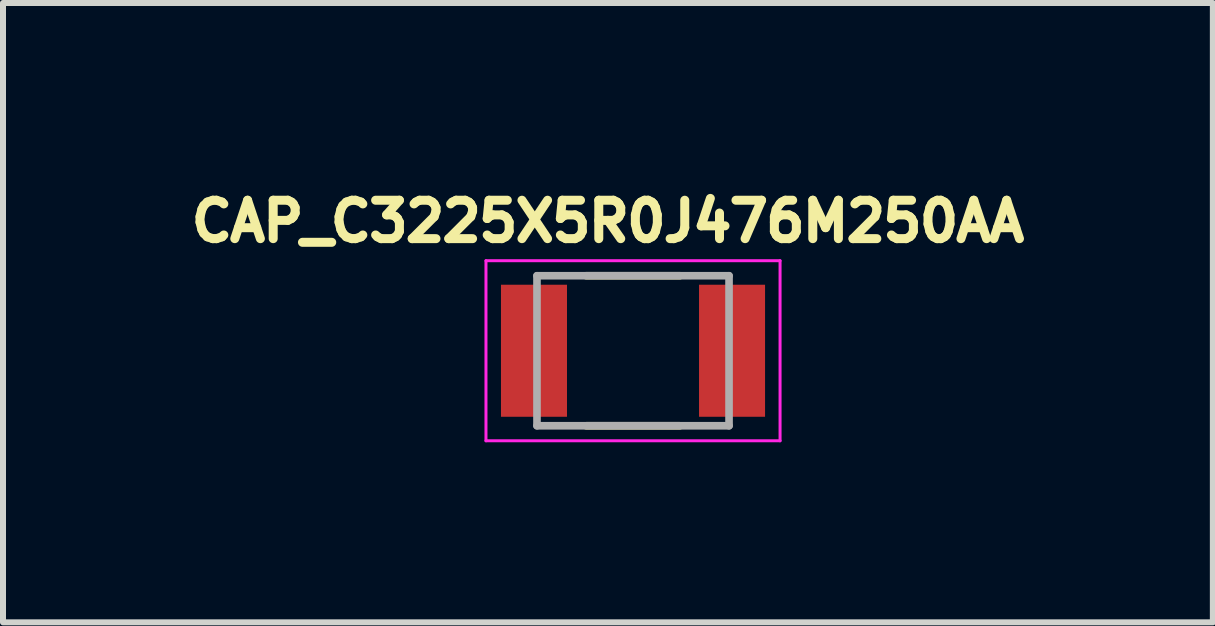
<source format=kicad_pcb>
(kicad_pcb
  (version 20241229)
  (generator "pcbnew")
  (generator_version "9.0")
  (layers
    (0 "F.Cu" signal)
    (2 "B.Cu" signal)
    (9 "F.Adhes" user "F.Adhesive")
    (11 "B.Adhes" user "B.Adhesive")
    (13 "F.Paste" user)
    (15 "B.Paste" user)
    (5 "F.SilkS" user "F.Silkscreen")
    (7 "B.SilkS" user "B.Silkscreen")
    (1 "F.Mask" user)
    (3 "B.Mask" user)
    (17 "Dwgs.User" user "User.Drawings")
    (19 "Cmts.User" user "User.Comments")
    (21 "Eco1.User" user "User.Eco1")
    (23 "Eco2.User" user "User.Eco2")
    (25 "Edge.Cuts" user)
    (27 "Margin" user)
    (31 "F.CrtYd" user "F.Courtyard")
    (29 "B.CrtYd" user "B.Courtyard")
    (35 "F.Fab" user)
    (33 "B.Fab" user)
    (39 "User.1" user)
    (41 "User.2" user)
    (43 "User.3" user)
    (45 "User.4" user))
  (footprint "CAP_C3225X5R0J476M250AA"
    (layer "F.Cu")
    (at 7.497 2.794)
    (property "Reference" "CAP_C3225X5R0J476M250AA" (at -0.418 -2.156 0) (layer "F.SilkS") (effects (font (size 0.64 0.64) (thickness 0.15))))
    (attr smd)
    (fp_line (start -0.78 -1.25) (end 0.78 -1.25) (stroke (width 0.127) (type solid)) (layer "F.SilkS"))
    (fp_line (start -0.78 1.25) (end 0.78 1.25) (stroke (width 0.127) (type solid)) (layer "F.SilkS"))
    (fp_line (start -2.45 -1.5) (end -2.45 1.5) (stroke (width 0.05) (type solid)) (layer "F.CrtYd"))
    (fp_line (start -2.45 1.5) (end 2.45 1.5) (stroke (width 0.05) (type solid)) (layer "F.CrtYd"))
    (fp_line (start 2.45 -1.5) (end -2.45 -1.5) (stroke (width 0.05) (type solid)) (layer "F.CrtYd"))
    (fp_line (start 2.45 1.5) (end 2.45 -1.5) (stroke (width 0.05) (type solid)) (layer "F.CrtYd"))
    (fp_line (start -1.6 -1.25) (end -1.6 1.25) (stroke (width 0.127) (type solid)) (layer "F.Fab"))
    (fp_line (start -1.6 -1.25) (end 1.6 -1.25) (stroke (width 0.127) (type solid)) (layer "F.Fab"))
    (fp_line (start -1.6 1.25) (end 1.6 1.25) (stroke (width 0.127) (type solid)) (layer "F.Fab"))
    (fp_line (start 1.6 -1.25) (end 1.6 1.25) (stroke (width 0.127) (type solid)) (layer "F.Fab"))
    (pad "1" smd rect (at -1.65 0) (size 1.1 2.2) (layers "F.Cu" "F.Mask" "F.Paste"))
    (pad "2" smd rect (at 1.65 0) (size 1.1 2.2) (layers "F.Cu" "F.Mask" "F.Paste")))
  (gr_rect
    (start -3 -3)
    (end 17.158 7.319)
    (stroke (width 0.1) (type default))
    (fill no)
    (layer "Edge.Cuts")))
</source>
